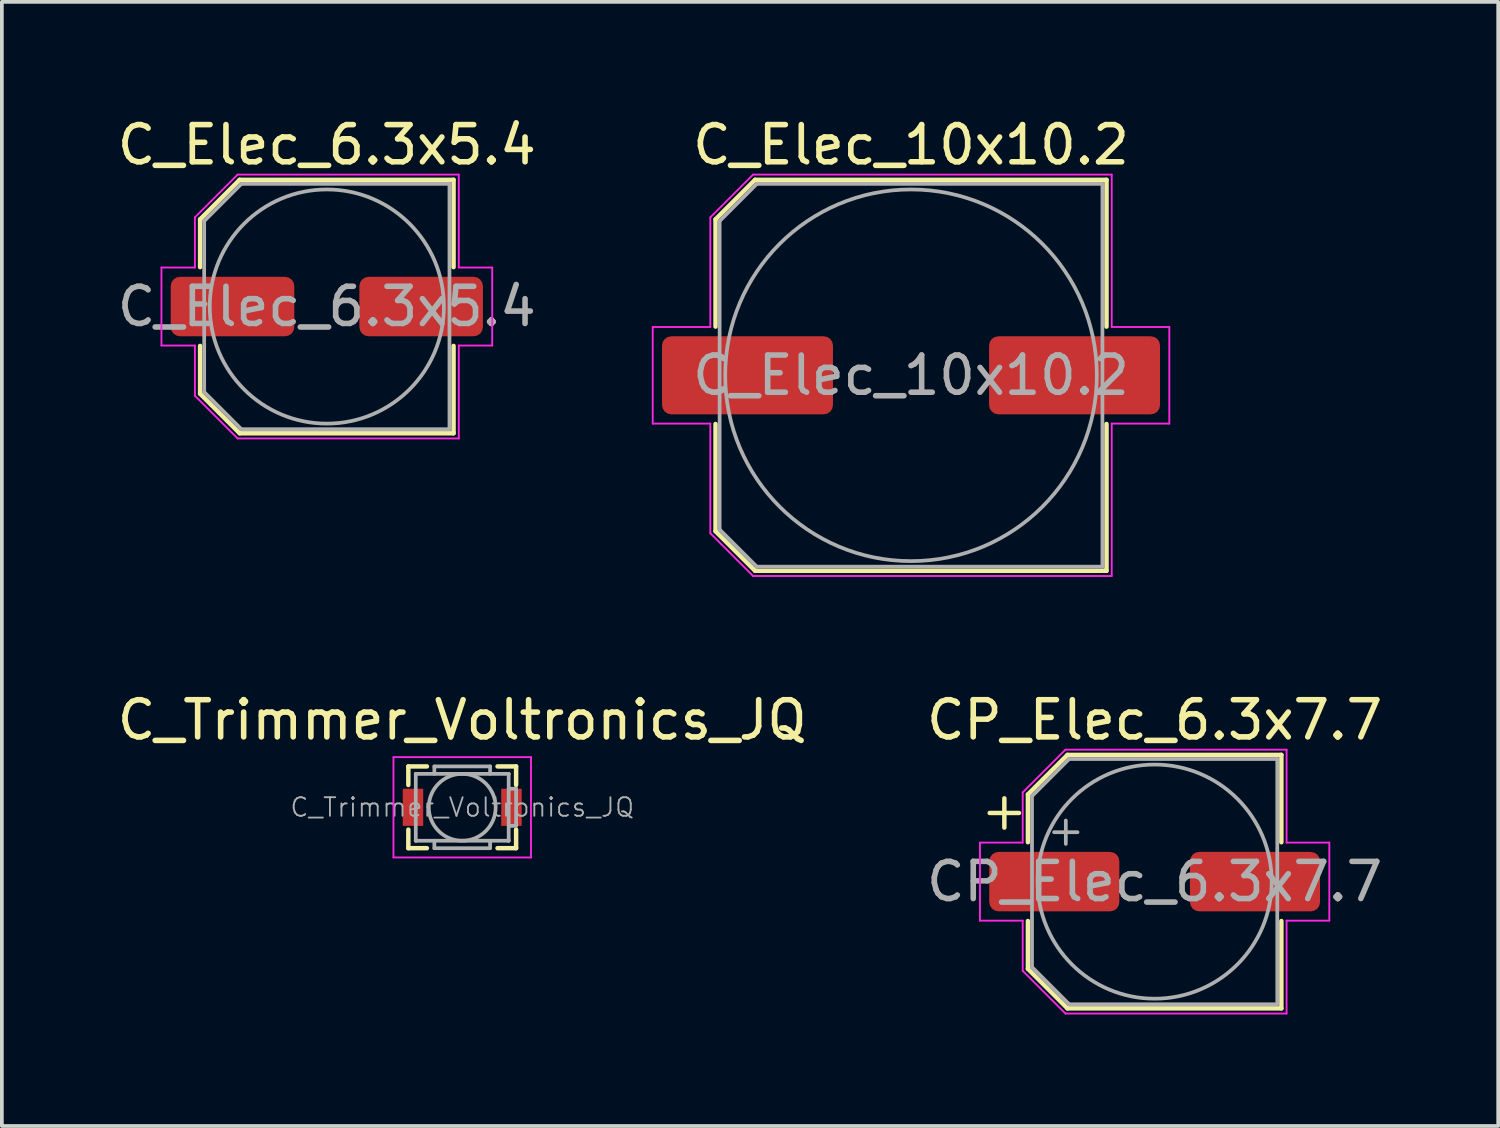
<source format=kicad_pcb>
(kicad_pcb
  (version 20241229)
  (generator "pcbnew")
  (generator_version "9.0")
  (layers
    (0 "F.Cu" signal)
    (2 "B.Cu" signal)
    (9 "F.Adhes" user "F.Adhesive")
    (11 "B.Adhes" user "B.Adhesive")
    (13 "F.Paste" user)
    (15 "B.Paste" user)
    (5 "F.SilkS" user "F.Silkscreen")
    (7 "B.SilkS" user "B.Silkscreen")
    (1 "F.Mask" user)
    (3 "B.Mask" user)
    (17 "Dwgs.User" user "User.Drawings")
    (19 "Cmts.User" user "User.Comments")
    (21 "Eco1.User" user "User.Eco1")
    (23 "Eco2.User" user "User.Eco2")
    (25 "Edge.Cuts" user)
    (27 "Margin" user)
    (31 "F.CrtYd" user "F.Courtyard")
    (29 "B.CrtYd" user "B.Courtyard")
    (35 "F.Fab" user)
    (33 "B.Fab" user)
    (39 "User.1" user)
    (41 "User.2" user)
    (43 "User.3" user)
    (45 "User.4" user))
  (footprint "C_Trimmer_Voltronics_JQ"
    (layer "F.Cu")
    (at 9.387 18.672)
    (property "Reference" "C_Trimmer_Voltronics_JQ" (at 0 -2.35 0) (layer "F.SilkS") (effects (font (size 1 1) (thickness 0.15))))
    (attr smd)
    (fp_line (start -1.45 -1.1) (end -1.45 -0.6) (stroke (width 0.12) (type solid)) (layer "F.SilkS"))
    (fp_line (start -1.45 -1.1) (end -0.95 -1.1) (stroke (width 0.12) (type solid)) (layer "F.SilkS"))
    (fp_line (start -1.45 1.1) (end -1.45 0.6) (stroke (width 0.12) (type solid)) (layer "F.SilkS"))
    (fp_line (start -1.45 1.1) (end -0.95 1.1) (stroke (width 0.12) (type solid)) (layer "F.SilkS"))
    (fp_line (start 1.45 -1.1) (end 0.95 -1.1) (stroke (width 0.12) (type solid)) (layer "F.SilkS"))
    (fp_line (start 1.45 -1.1) (end 1.45 -0.6) (stroke (width 0.12) (type solid)) (layer "F.SilkS"))
    (fp_line (start 1.45 1.1) (end 0.95 1.1) (stroke (width 0.12) (type solid)) (layer "F.SilkS"))
    (fp_line (start 1.45 1.1) (end 1.45 0.6) (stroke (width 0.12) (type solid)) (layer "F.SilkS"))
    (fp_line (start -1.85 -1.35) (end -1.85 1.35) (stroke (width 0.05) (type solid)) (layer "F.CrtYd"))
    (fp_line (start -1.85 1.35) (end 1.85 1.35) (stroke (width 0.05) (type solid)) (layer "F.CrtYd"))
    (fp_line (start 1.85 -1.35) (end -1.85 -1.35) (stroke (width 0.05) (type solid)) (layer "F.CrtYd"))
    (fp_line (start 1.85 1.35) (end 1.85 -1.35) (stroke (width 0.05) (type solid)) (layer "F.CrtYd"))
    (fp_line (start -1.25 -0.9) (end -1.24 -0.9) (stroke (width 0.1) (type solid)) (layer "F.Fab"))
    (fp_line (start -1.25 -0.89) (end -1.25 -0.9) (stroke (width 0.1) (type solid)) (layer "F.Fab"))
    (fp_line (start -1.25 0.89) (end -1.25 -0.89) (stroke (width 0.1) (type solid)) (layer "F.Fab"))
    (fp_line (start -1.25 0.9) (end -1.25 0.89) (stroke (width 0.1) (type solid)) (layer "F.Fab"))
    (fp_line (start -1.24 -0.9) (end 1.24 -0.9) (stroke (width 0.1) (type solid)) (layer "F.Fab"))
    (fp_line (start -1.24 0.9) (end -1.25 0.9) (stroke (width 0.1) (type solid)) (layer "F.Fab"))
    (fp_line (start -0.75 -1.1) (end 0.75 -1.1) (stroke (width 0.1) (type solid)) (layer "F.Fab"))
    (fp_line (start -0.75 -0.9) (end -0.75 -1.1) (stroke (width 0.1) (type solid)) (layer "F.Fab"))
    (fp_line (start -0.75 0.9) (end -0.75 1.1) (stroke (width 0.1) (type solid)) (layer "F.Fab"))
    (fp_line (start -0.75 1.1) (end 0.75 1.1) (stroke (width 0.1) (type solid)) (layer "F.Fab"))
    (fp_line (start 0.75 -1.1) (end 0.75 -0.9) (stroke (width 0.1) (type solid)) (layer "F.Fab"))
    (fp_line (start 0.75 1.1) (end 0.75 0.9) (stroke (width 0.1) (type solid)) (layer "F.Fab"))
    (fp_line (start 1.24 -0.9) (end 1.25 -0.9) (stroke (width 0.1) (type solid)) (layer "F.Fab"))
    (fp_line (start 1.24 0.9) (end -1.24 0.9) (stroke (width 0.1) (type solid)) (layer "F.Fab"))
    (fp_line (start 1.25 -0.9) (end 1.25 -0.89) (stroke (width 0.1) (type solid)) (layer "F.Fab"))
    (fp_line (start 1.25 -0.89) (end 1.25 0.89) (stroke (width 0.1) (type solid)) (layer "F.Fab"))
    (fp_line (start 1.25 -0.5) (end 1.45 -0.5) (stroke (width 0.1) (type solid)) (layer "F.Fab"))
    (fp_line (start 1.25 0.89) (end 1.25 0.9) (stroke (width 0.1) (type solid)) (layer "F.Fab"))
    (fp_line (start 1.25 0.9) (end 1.24 0.9) (stroke (width 0.1) (type solid)) (layer "F.Fab"))
    (fp_line (start 1.45 -0.5) (end 1.45 0.5) (stroke (width 0.1) (type solid)) (layer "F.Fab"))
    (fp_line (start 1.45 0.5) (end 1.25 0.5) (stroke (width 0.1) (type solid)) (layer "F.Fab"))
    (fp_circle (center 0 0) (end 0.9 0) (stroke (width 0.1) (type solid)) (fill no) (layer "F.Fab"))
    (fp_text user "${REFERENCE}" (at 0 0 0) (layer "F.Fab") (effects (font (size 0.5 0.5) (thickness 0.05))))
    (pad "1" smd rect (at -1.325 0) (size 0.55 1) (layers "F.Cu" "F.Mask" "F.Paste"))
    (pad "2" smd rect (at 1.325 0) (size 0.55 1) (layers "F.Cu" "F.Mask" "F.Paste")))
  (footprint "C_Elec_6.3x5.4"
    (layer "F.Cu")
    (at 5.744 5.198)
    (property "Reference" "C_Elec_6.3x5.4" (at 0 -4.35 0) (layer "F.SilkS") (effects (font (size 1 1) (thickness 0.15))))
    (attr smd)
    (fp_line (start -3.41 -2.346) (end -3.41 -1.06) (stroke (width 0.12) (type solid)) (layer "F.SilkS"))
    (fp_line (start -3.41 -2.346) (end -2.346 -3.41) (stroke (width 0.12) (type solid)) (layer "F.SilkS"))
    (fp_line (start -3.41 2.346) (end -3.41 1.06) (stroke (width 0.12) (type solid)) (layer "F.SilkS"))
    (fp_line (start -3.41 2.346) (end -2.346 3.41) (stroke (width 0.12) (type solid)) (layer "F.SilkS"))
    (fp_line (start -2.346 -3.41) (end 3.41 -3.41) (stroke (width 0.12) (type solid)) (layer "F.SilkS"))
    (fp_line (start -2.346 3.41) (end 3.41 3.41) (stroke (width 0.12) (type solid)) (layer "F.SilkS"))
    (fp_line (start 3.41 -3.41) (end 3.41 -1.06) (stroke (width 0.12) (type solid)) (layer "F.SilkS"))
    (fp_line (start 3.41 3.41) (end 3.41 1.06) (stroke (width 0.12) (type solid)) (layer "F.SilkS"))
    (fp_line (start -4.45 -1.05) (end -4.45 1.05) (stroke (width 0.05) (type solid)) (layer "F.CrtYd"))
    (fp_line (start -4.45 1.05) (end -3.55 1.05) (stroke (width 0.05) (type solid)) (layer "F.CrtYd"))
    (fp_line (start -3.55 -2.4) (end -3.55 -1.05) (stroke (width 0.05) (type solid)) (layer "F.CrtYd"))
    (fp_line (start -3.55 -2.4) (end -2.4 -3.55) (stroke (width 0.05) (type solid)) (layer "F.CrtYd"))
    (fp_line (start -3.55 -1.05) (end -4.45 -1.05) (stroke (width 0.05) (type solid)) (layer "F.CrtYd"))
    (fp_line (start -3.55 1.05) (end -3.55 2.4) (stroke (width 0.05) (type solid)) (layer "F.CrtYd"))
    (fp_line (start -3.55 2.4) (end -2.4 3.55) (stroke (width 0.05) (type solid)) (layer "F.CrtYd"))
    (fp_line (start -2.4 -3.55) (end 3.55 -3.55) (stroke (width 0.05) (type solid)) (layer "F.CrtYd"))
    (fp_line (start -2.4 3.55) (end 3.55 3.55) (stroke (width 0.05) (type solid)) (layer "F.CrtYd"))
    (fp_line (start 3.55 -3.55) (end 3.55 -1.05) (stroke (width 0.05) (type solid)) (layer "F.CrtYd"))
    (fp_line (start 3.55 -1.05) (end 4.45 -1.05) (stroke (width 0.05) (type solid)) (layer "F.CrtYd"))
    (fp_line (start 3.55 1.05) (end 3.55 3.55) (stroke (width 0.05) (type solid)) (layer "F.CrtYd"))
    (fp_line (start 4.45 -1.05) (end 4.45 1.05) (stroke (width 0.05) (type solid)) (layer "F.CrtYd"))
    (fp_line (start 4.45 1.05) (end 3.55 1.05) (stroke (width 0.05) (type solid)) (layer "F.CrtYd"))
    (fp_line (start -3.3 -2.3) (end -3.3 2.3) (stroke (width 0.1) (type solid)) (layer "F.Fab"))
    (fp_line (start -3.3 -2.3) (end -2.3 -3.3) (stroke (width 0.1) (type solid)) (layer "F.Fab"))
    (fp_line (start -3.3 2.3) (end -2.3 3.3) (stroke (width 0.1) (type solid)) (layer "F.Fab"))
    (fp_line (start -2.3 -3.3) (end 3.3 -3.3) (stroke (width 0.1) (type solid)) (layer "F.Fab"))
    (fp_line (start -2.3 3.3) (end 3.3 3.3) (stroke (width 0.1) (type solid)) (layer "F.Fab"))
    (fp_line (start 3.3 -3.3) (end 3.3 3.3) (stroke (width 0.1) (type solid)) (layer "F.Fab"))
    (fp_circle (center 0 0) (end 3.15 0) (stroke (width 0.1) (type solid)) (fill no) (layer "F.Fab"))
    (fp_text user "${REFERENCE}" (at 0 0 0) (layer "F.Fab") (effects (font (size 1 1) (thickness 0.15))))
    (pad "1" smd roundrect (at -2.538 0) (size 3.325 1.6) (layers "F.Cu" "F.Mask" "F.Paste") (roundrect_rratio 0.156))
    (pad "2" smd roundrect (at 2.538 0) (size 3.325 1.6) (layers "F.Cu" "F.Mask" "F.Paste") (roundrect_rratio 0.156)))
  (footprint "CP_Elec_6.3x7.7"
    (layer "F.Cu")
    (at 28.018 20.672)
    (property "Reference" "CP_Elec_6.3x7.7" (at 0 -4.35 0) (layer "F.SilkS") (effects (font (size 1 1) (thickness 0.15))))
    (attr smd)
    (fp_line (start -4.438 -1.847) (end -3.65 -1.847) (stroke (width 0.12) (type solid)) (layer "F.SilkS"))
    (fp_line (start -4.044 -2.241) (end -4.044 -1.454) (stroke (width 0.12) (type solid)) (layer "F.SilkS"))
    (fp_line (start -3.41 -2.346) (end -3.41 -1.06) (stroke (width 0.12) (type solid)) (layer "F.SilkS"))
    (fp_line (start -3.41 -2.346) (end -2.346 -3.41) (stroke (width 0.12) (type solid)) (layer "F.SilkS"))
    (fp_line (start -3.41 2.346) (end -3.41 1.06) (stroke (width 0.12) (type solid)) (layer "F.SilkS"))
    (fp_line (start -3.41 2.346) (end -2.346 3.41) (stroke (width 0.12) (type solid)) (layer "F.SilkS"))
    (fp_line (start -2.346 -3.41) (end 3.41 -3.41) (stroke (width 0.12) (type solid)) (layer "F.SilkS"))
    (fp_line (start -2.346 3.41) (end 3.41 3.41) (stroke (width 0.12) (type solid)) (layer "F.SilkS"))
    (fp_line (start 3.41 -3.41) (end 3.41 -1.06) (stroke (width 0.12) (type solid)) (layer "F.SilkS"))
    (fp_line (start 3.41 3.41) (end 3.41 1.06) (stroke (width 0.12) (type solid)) (layer "F.SilkS"))
    (fp_line (start -4.7 -1.05) (end -4.7 1.05) (stroke (width 0.05) (type solid)) (layer "F.CrtYd"))
    (fp_line (start -4.7 1.05) (end -3.55 1.05) (stroke (width 0.05) (type solid)) (layer "F.CrtYd"))
    (fp_line (start -3.55 -2.4) (end -3.55 -1.05) (stroke (width 0.05) (type solid)) (layer "F.CrtYd"))
    (fp_line (start -3.55 -2.4) (end -2.4 -3.55) (stroke (width 0.05) (type solid)) (layer "F.CrtYd"))
    (fp_line (start -3.55 -1.05) (end -4.7 -1.05) (stroke (width 0.05) (type solid)) (layer "F.CrtYd"))
    (fp_line (start -3.55 1.05) (end -3.55 2.4) (stroke (width 0.05) (type solid)) (layer "F.CrtYd"))
    (fp_line (start -3.55 2.4) (end -2.4 3.55) (stroke (width 0.05) (type solid)) (layer "F.CrtYd"))
    (fp_line (start -2.4 -3.55) (end 3.55 -3.55) (stroke (width 0.05) (type solid)) (layer "F.CrtYd"))
    (fp_line (start -2.4 3.55) (end 3.55 3.55) (stroke (width 0.05) (type solid)) (layer "F.CrtYd"))
    (fp_line (start 3.55 -3.55) (end 3.55 -1.05) (stroke (width 0.05) (type solid)) (layer "F.CrtYd"))
    (fp_line (start 3.55 -1.05) (end 4.7 -1.05) (stroke (width 0.05) (type solid)) (layer "F.CrtYd"))
    (fp_line (start 3.55 1.05) (end 3.55 3.55) (stroke (width 0.05) (type solid)) (layer "F.CrtYd"))
    (fp_line (start 4.7 -1.05) (end 4.7 1.05) (stroke (width 0.05) (type solid)) (layer "F.CrtYd"))
    (fp_line (start 4.7 1.05) (end 3.55 1.05) (stroke (width 0.05) (type solid)) (layer "F.CrtYd"))
    (fp_line (start -3.3 -2.3) (end -3.3 2.3) (stroke (width 0.1) (type solid)) (layer "F.Fab"))
    (fp_line (start -3.3 -2.3) (end -2.3 -3.3) (stroke (width 0.1) (type solid)) (layer "F.Fab"))
    (fp_line (start -3.3 2.3) (end -2.3 3.3) (stroke (width 0.1) (type solid)) (layer "F.Fab"))
    (fp_line (start -2.705 -1.33) (end -2.075 -1.33) (stroke (width 0.1) (type solid)) (layer "F.Fab"))
    (fp_line (start -2.39 -1.645) (end -2.39 -1.015) (stroke (width 0.1) (type solid)) (layer "F.Fab"))
    (fp_line (start -2.3 -3.3) (end 3.3 -3.3) (stroke (width 0.1) (type solid)) (layer "F.Fab"))
    (fp_line (start -2.3 3.3) (end 3.3 3.3) (stroke (width 0.1) (type solid)) (layer "F.Fab"))
    (fp_line (start 3.3 -3.3) (end 3.3 3.3) (stroke (width 0.1) (type solid)) (layer "F.Fab"))
    (fp_circle (center 0 0) (end 3.15 0) (stroke (width 0.1) (type solid)) (fill no) (layer "F.Fab"))
    (fp_text user "${REFERENCE}" (at 0 0 0) (layer "F.Fab") (effects (font (size 1 1) (thickness 0.15))))
    (pad "1" smd roundrect (at -2.7 0) (size 3.5 1.6) (layers "F.Cu" "F.Mask" "F.Paste") (roundrect_rratio 0.156))
    (pad "2" smd roundrect (at 2.7 0) (size 3.5 1.6) (layers "F.Cu" "F.Mask" "F.Paste") (roundrect_rratio 0.156)))
  (footprint "C_Elec_10x10.2"
    (layer "F.Cu")
    (at 21.463 7.048)
    (property "Reference" "C_Elec_10x10.2" (at 0 -6.2 0) (layer "F.SilkS") (effects (font (size 1 1) (thickness 0.15))))
    (attr smd)
    (fp_line (start -5.26 -4.196) (end -5.26 -1.31) (stroke (width 0.12) (type solid)) (layer "F.SilkS"))
    (fp_line (start -5.26 -4.196) (end -4.196 -5.26) (stroke (width 0.12) (type solid)) (layer "F.SilkS"))
    (fp_line (start -5.26 4.196) (end -5.26 1.31) (stroke (width 0.12) (type solid)) (layer "F.SilkS"))
    (fp_line (start -5.26 4.196) (end -4.196 5.26) (stroke (width 0.12) (type solid)) (layer "F.SilkS"))
    (fp_line (start -4.196 -5.26) (end 5.26 -5.26) (stroke (width 0.12) (type solid)) (layer "F.SilkS"))
    (fp_line (start -4.196 5.26) (end 5.26 5.26) (stroke (width 0.12) (type solid)) (layer "F.SilkS"))
    (fp_line (start 5.26 -5.26) (end 5.26 -1.31) (stroke (width 0.12) (type solid)) (layer "F.SilkS"))
    (fp_line (start 5.26 5.26) (end 5.26 1.31) (stroke (width 0.12) (type solid)) (layer "F.SilkS"))
    (fp_line (start -6.95 -1.3) (end -6.95 1.3) (stroke (width 0.05) (type solid)) (layer "F.CrtYd"))
    (fp_line (start -6.95 1.3) (end -5.4 1.3) (stroke (width 0.05) (type solid)) (layer "F.CrtYd"))
    (fp_line (start -5.4 -4.25) (end -5.4 -1.3) (stroke (width 0.05) (type solid)) (layer "F.CrtYd"))
    (fp_line (start -5.4 -4.25) (end -4.25 -5.4) (stroke (width 0.05) (type solid)) (layer "F.CrtYd"))
    (fp_line (start -5.4 -1.3) (end -6.95 -1.3) (stroke (width 0.05) (type solid)) (layer "F.CrtYd"))
    (fp_line (start -5.4 1.3) (end -5.4 4.25) (stroke (width 0.05) (type solid)) (layer "F.CrtYd"))
    (fp_line (start -5.4 4.25) (end -4.25 5.4) (stroke (width 0.05) (type solid)) (layer "F.CrtYd"))
    (fp_line (start -4.25 -5.4) (end 5.4 -5.4) (stroke (width 0.05) (type solid)) (layer "F.CrtYd"))
    (fp_line (start -4.25 5.4) (end 5.4 5.4) (stroke (width 0.05) (type solid)) (layer "F.CrtYd"))
    (fp_line (start 5.4 -5.4) (end 5.4 -1.3) (stroke (width 0.05) (type solid)) (layer "F.CrtYd"))
    (fp_line (start 5.4 -1.3) (end 6.95 -1.3) (stroke (width 0.05) (type solid)) (layer "F.CrtYd"))
    (fp_line (start 5.4 1.3) (end 5.4 5.4) (stroke (width 0.05) (type solid)) (layer "F.CrtYd"))
    (fp_line (start 6.95 -1.3) (end 6.95 1.3) (stroke (width 0.05) (type solid)) (layer "F.CrtYd"))
    (fp_line (start 6.95 1.3) (end 5.4 1.3) (stroke (width 0.05) (type solid)) (layer "F.CrtYd"))
    (fp_line (start -5.15 -4.15) (end -5.15 4.15) (stroke (width 0.1) (type solid)) (layer "F.Fab"))
    (fp_line (start -5.15 -4.15) (end -4.15 -5.15) (stroke (width 0.1) (type solid)) (layer "F.Fab"))
    (fp_line (start -5.15 4.15) (end -4.15 5.15) (stroke (width 0.1) (type solid)) (layer "F.Fab"))
    (fp_line (start -4.15 -5.15) (end 5.15 -5.15) (stroke (width 0.1) (type solid)) (layer "F.Fab"))
    (fp_line (start -4.15 5.15) (end 5.15 5.15) (stroke (width 0.1) (type solid)) (layer "F.Fab"))
    (fp_line (start 5.15 -5.15) (end 5.15 5.15) (stroke (width 0.1) (type solid)) (layer "F.Fab"))
    (fp_circle (center 0 0) (end 5 0) (stroke (width 0.1) (type solid)) (fill no) (layer "F.Fab"))
    (fp_text user "${REFERENCE}" (at 0 0 0) (layer "F.Fab") (effects (font (size 1 1) (thickness 0.15))))
    (pad "1" smd roundrect (at -4.4 0) (size 4.6 2.1) (layers "F.Cu" "F.Mask" "F.Paste") (roundrect_rratio 0.119))
    (pad "2" smd roundrect (at 4.4 0) (size 4.6 2.1) (layers "F.Cu" "F.Mask" "F.Paste") (roundrect_rratio 0.119)))
  (gr_rect
    (start -3 -3)
    (end 37.262 27.247)
    (stroke (width 0.1) (type default))
    (fill no)
    (layer "Edge.Cuts")))
</source>
